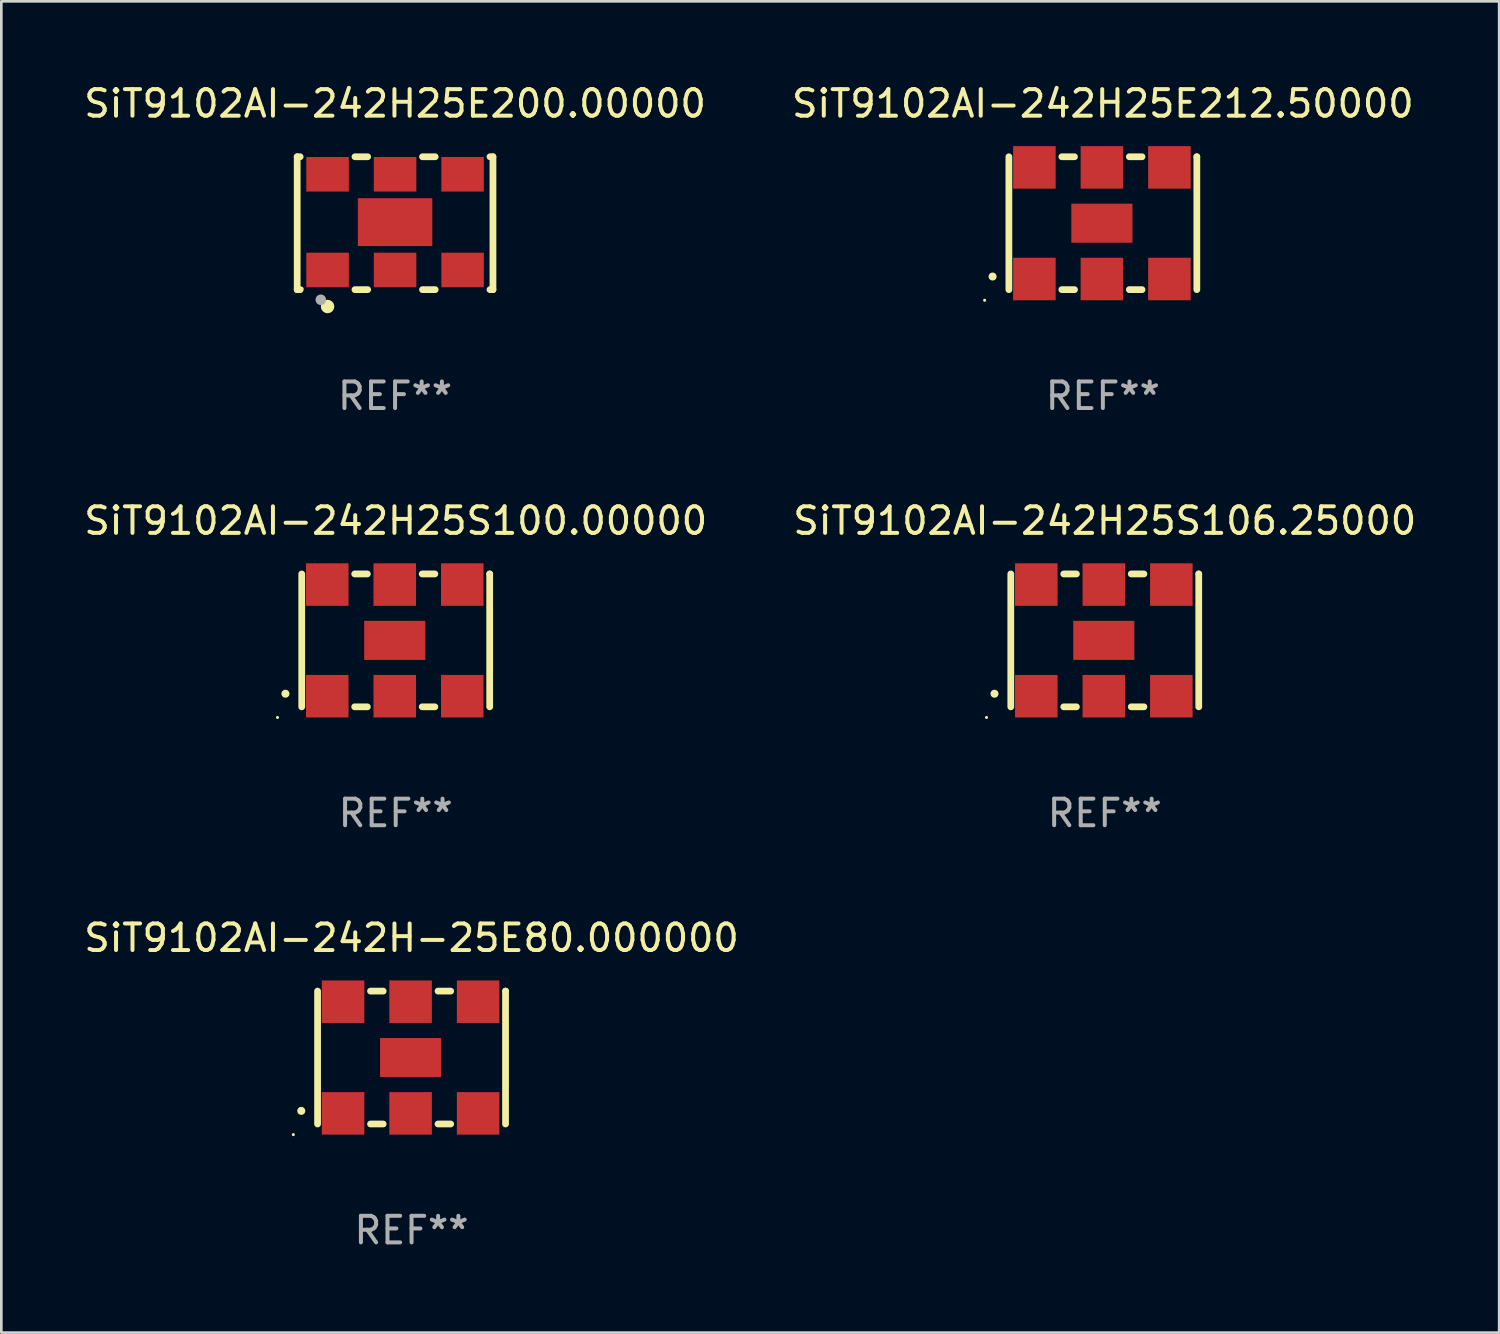
<source format=kicad_pcb>
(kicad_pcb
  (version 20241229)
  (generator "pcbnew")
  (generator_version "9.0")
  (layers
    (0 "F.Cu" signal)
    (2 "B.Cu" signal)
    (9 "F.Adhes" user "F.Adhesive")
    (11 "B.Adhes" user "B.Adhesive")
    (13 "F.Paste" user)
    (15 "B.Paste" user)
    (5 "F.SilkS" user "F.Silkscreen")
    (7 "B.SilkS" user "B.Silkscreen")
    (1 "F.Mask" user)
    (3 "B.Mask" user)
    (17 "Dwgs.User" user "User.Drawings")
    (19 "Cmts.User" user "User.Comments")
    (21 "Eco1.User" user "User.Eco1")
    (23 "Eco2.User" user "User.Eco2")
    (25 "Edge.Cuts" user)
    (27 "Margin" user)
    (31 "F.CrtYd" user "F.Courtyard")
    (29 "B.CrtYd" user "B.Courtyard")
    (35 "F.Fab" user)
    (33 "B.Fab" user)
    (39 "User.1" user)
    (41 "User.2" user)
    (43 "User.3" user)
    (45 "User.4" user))
  (footprint "SiT9102AI-242H-25E80.000000"
    (layer "F.Cu")
    (at 12.435 36.741)
    (property "Reference" "SiT9102AI-242H-25E80.000000" (at 0 -4.5 0) (layer "F.SilkS") (effects (font (size 1 1) (thickness 0.15))))
    (attr through_hole)
    (fp_line (start -3.536 -2.5) (end -3.536 2.5) (stroke (width 0.254) (type solid)) (layer "F.SilkS"))
    (fp_line (start -1.544 2.5) (end -1.067 2.5) (stroke (width 0.254) (type solid)) (layer "F.SilkS"))
    (fp_line (start -1.067 -2.5) (end -1.544 -2.5) (stroke (width 0.254) (type solid)) (layer "F.SilkS"))
    (fp_line (start 0.996 2.5) (end 1.473 2.5) (stroke (width 0.254) (type solid)) (layer "F.SilkS"))
    (fp_line (start 1.473 -2.5) (end 0.996 -2.5) (stroke (width 0.254) (type solid)) (layer "F.SilkS"))
    (fp_line (start 3.536 -2.5) (end 3.536 -2.5) (stroke (width 0.254) (type solid)) (layer "F.SilkS"))
    (fp_line (start 3.536 2.5) (end 3.536 -2.5) (stroke (width 0.254) (type solid)) (layer "F.SilkS"))
    (fp_arc (start -4.150432 2.006604) (mid -4.149162 2.006599) (end -4.147892 2.006604) (stroke (width 0.3) (type solid)) (layer "F.SilkS"))
    (fp_circle (center -4.449 2.9) (end -4.419 2.9) (stroke (width 0.06) (type solid)) (fill no) (layer "F.SilkS"))
    (fp_text user "REF**" (at 0 6.5 0) (layer "F.Fab") (effects (font (size 1 1) (thickness 0.15))))
    (pad "1" smd rect (at -2.576 2.1) (size 1.6 1.6) (layers "F.Cu" "F.Mask" "F.Paste"))
    (pad "2" smd rect (at -0.036 2.1) (size 1.6 1.6) (layers "F.Cu" "F.Mask" "F.Paste"))
    (pad "3" smd rect (at 2.504 2.1) (size 1.6 1.6) (layers "F.Cu" "F.Mask" "F.Paste"))
    (pad "4" smd rect (at 2.504 -2.1) (size 1.6 1.6) (layers "F.Cu" "F.Mask" "F.Paste"))
    (pad "5" smd rect (at -0.036 -2.1) (size 1.6 1.6) (layers "F.Cu" "F.Mask" "F.Paste"))
    (pad "6" smd rect (at -2.576 -2.1) (size 1.6 1.6) (layers "F.Cu" "F.Mask" "F.Paste"))
    (pad "7" smd rect (at -0.036 0) (size 2.3 1.47) (layers "F.Cu" "F.Mask" "F.Paste")))
  (footprint "SiT9102AI-242H25S100.00000"
    (layer "F.Cu")
    (at 11.839 21.045)
    (property "Reference" "SiT9102AI-242H25S100.00000" (at 0 -4.5 0) (layer "F.SilkS") (effects (font (size 1 1) (thickness 0.15))))
    (attr through_hole)
    (fp_line (start -3.536 -2.5) (end -3.536 2.5) (stroke (width 0.254) (type solid)) (layer "F.SilkS"))
    (fp_line (start -1.544 2.5) (end -1.067 2.5) (stroke (width 0.254) (type solid)) (layer "F.SilkS"))
    (fp_line (start -1.067 -2.5) (end -1.544 -2.5) (stroke (width 0.254) (type solid)) (layer "F.SilkS"))
    (fp_line (start 0.996 2.5) (end 1.473 2.5) (stroke (width 0.254) (type solid)) (layer "F.SilkS"))
    (fp_line (start 1.473 -2.5) (end 0.996 -2.5) (stroke (width 0.254) (type solid)) (layer "F.SilkS"))
    (fp_line (start 3.536 -2.5) (end 3.536 -2.5) (stroke (width 0.254) (type solid)) (layer "F.SilkS"))
    (fp_line (start 3.536 2.5) (end 3.536 -2.5) (stroke (width 0.254) (type solid)) (layer "F.SilkS"))
    (fp_arc (start -4.150432 2.006604) (mid -4.149162 2.006599) (end -4.147892 2.006604) (stroke (width 0.3) (type solid)) (layer "F.SilkS"))
    (fp_circle (center -4.449 2.9) (end -4.419 2.9) (stroke (width 0.06) (type solid)) (fill no) (layer "F.SilkS"))
    (fp_text user "REF**" (at 0 6.5 0) (layer "F.Fab") (effects (font (size 1 1) (thickness 0.15))))
    (pad "1" smd rect (at -2.576 2.1) (size 1.6 1.6) (layers "F.Cu" "F.Mask" "F.Paste"))
    (pad "2" smd rect (at -0.036 2.1) (size 1.6 1.6) (layers "F.Cu" "F.Mask" "F.Paste"))
    (pad "3" smd rect (at 2.504 2.1) (size 1.6 1.6) (layers "F.Cu" "F.Mask" "F.Paste"))
    (pad "4" smd rect (at 2.504 -2.1) (size 1.6 1.6) (layers "F.Cu" "F.Mask" "F.Paste"))
    (pad "5" smd rect (at -0.036 -2.1) (size 1.6 1.6) (layers "F.Cu" "F.Mask" "F.Paste"))
    (pad "6" smd rect (at -2.576 -2.1) (size 1.6 1.6) (layers "F.Cu" "F.Mask" "F.Paste"))
    (pad "7" smd rect (at -0.036 0) (size 2.3 1.47) (layers "F.Cu" "F.Mask" "F.Paste")))
  (footprint "SiT9102AI-242H25E200.00000"
    (layer "F.Cu")
    (at 11.815 5.348)
    (property "Reference" "SiT9102AI-242H25E200.00000" (at 0 -4.5 0) (layer "F.SilkS") (effects (font (size 1 1) (thickness 0.15))))
    (attr through_hole)
    (fp_line (start -3.683 -2.5) (end -3.571 -2.5) (stroke (width 0.254) (type solid)) (layer "F.SilkS"))
    (fp_line (start -3.683 2.5) (end -3.683 -2.5) (stroke (width 0.254) (type solid)) (layer "F.SilkS"))
    (fp_line (start -3.683 2.5) (end -3.571 2.5) (stroke (width 0.254) (type solid)) (layer "F.SilkS"))
    (fp_line (start -1.509 -2.5) (end -1.031 -2.5) (stroke (width 0.254) (type solid)) (layer "F.SilkS"))
    (fp_line (start -1.509 2.5) (end -1.031 2.5) (stroke (width 0.254) (type solid)) (layer "F.SilkS"))
    (fp_line (start 1.031 -2.5) (end 1.509 -2.5) (stroke (width 0.254) (type solid)) (layer "F.SilkS"))
    (fp_line (start 1.031 2.5) (end 1.509 2.5) (stroke (width 0.254) (type solid)) (layer "F.SilkS"))
    (fp_line (start 3.571 -2.5) (end 3.683 -2.5) (stroke (width 0.254) (type solid)) (layer "F.SilkS"))
    (fp_line (start 3.571 2.5) (end 3.683 2.5) (stroke (width 0.254) (type solid)) (layer "F.SilkS"))
    (fp_line (start 3.683 2.5) (end 3.683 -2.5) (stroke (width 0.254) (type solid)) (layer "F.SilkS"))
    (fp_circle (center -3.5 2.46) (end -3.47 2.46) (stroke (width 0.06) (type solid)) (fill no) (layer "F.SilkS"))
    (fp_circle (center -2.54 3.135) (end -2.413 3.135) (stroke (width 0.254) (type solid)) (fill no) (layer "F.SilkS"))
    (fp_circle (center -2.794 2.881) (end -2.694 2.881) (stroke (width 0.2) (type solid)) (fill no) (layer "F.Fab"))
    (fp_text user "REF**" (at 0 6.5 0) (layer "F.Fab") (effects (font (size 1 1) (thickness 0.15))))
    (pad "1" smd rect (at -2.54 1.76) (size 1.6 1.3) (layers "F.Cu" "F.Mask" "F.Paste"))
    (pad "2" smd rect (at 0 1.76) (size 1.6 1.3) (layers "F.Cu" "F.Mask" "F.Paste"))
    (pad "3" smd rect (at 2.54 1.76) (size 1.6 1.3) (layers "F.Cu" "F.Mask" "F.Paste"))
    (pad "4" smd rect (at 2.54 -1.84) (size 1.6 1.3) (layers "F.Cu" "F.Mask" "F.Paste"))
    (pad "5" smd rect (at 0 -1.84) (size 1.6 1.3) (layers "F.Cu" "F.Mask" "F.Paste"))
    (pad "6" smd rect (at -2.54 -1.84) (size 1.6 1.3) (layers "F.Cu" "F.Mask" "F.Paste"))
    (pad "7" smd rect (at 0 -0.04) (size 2.8 1.8) (layers "F.Cu" "F.Mask" "F.Paste")))
  (footprint "SiT9102AI-242H25E212.50000"
    (layer "F.Cu")
    (at 38.446 5.348)
    (property "Reference" "SiT9102AI-242H25E212.50000" (at 0 -4.5 0) (layer "F.SilkS") (effects (font (size 1 1) (thickness 0.15))))
    (attr through_hole)
    (fp_line (start -3.536 -2.5) (end -3.536 2.5) (stroke (width 0.254) (type solid)) (layer "F.SilkS"))
    (fp_line (start -1.544 2.5) (end -1.067 2.5) (stroke (width 0.254) (type solid)) (layer "F.SilkS"))
    (fp_line (start -1.067 -2.5) (end -1.544 -2.5) (stroke (width 0.254) (type solid)) (layer "F.SilkS"))
    (fp_line (start 0.996 2.5) (end 1.473 2.5) (stroke (width 0.254) (type solid)) (layer "F.SilkS"))
    (fp_line (start 1.473 -2.5) (end 0.996 -2.5) (stroke (width 0.254) (type solid)) (layer "F.SilkS"))
    (fp_line (start 3.536 -2.5) (end 3.536 -2.5) (stroke (width 0.254) (type solid)) (layer "F.SilkS"))
    (fp_line (start 3.536 2.5) (end 3.536 -2.5) (stroke (width 0.254) (type solid)) (layer "F.SilkS"))
    (fp_arc (start -4.150432 2.006604) (mid -4.149162 2.006599) (end -4.147892 2.006604) (stroke (width 0.3) (type solid)) (layer "F.SilkS"))
    (fp_circle (center -4.449 2.9) (end -4.419 2.9) (stroke (width 0.06) (type solid)) (fill no) (layer "F.SilkS"))
    (fp_text user "REF**" (at 0 6.5 0) (layer "F.Fab") (effects (font (size 1 1) (thickness 0.15))))
    (pad "1" smd rect (at -2.576 2.1) (size 1.6 1.6) (layers "F.Cu" "F.Mask" "F.Paste"))
    (pad "2" smd rect (at -0.036 2.1) (size 1.6 1.6) (layers "F.Cu" "F.Mask" "F.Paste"))
    (pad "3" smd rect (at 2.504 2.1) (size 1.6 1.6) (layers "F.Cu" "F.Mask" "F.Paste"))
    (pad "4" smd rect (at 2.504 -2.1) (size 1.6 1.6) (layers "F.Cu" "F.Mask" "F.Paste"))
    (pad "5" smd rect (at -0.036 -2.1) (size 1.6 1.6) (layers "F.Cu" "F.Mask" "F.Paste"))
    (pad "6" smd rect (at -2.576 -2.1) (size 1.6 1.6) (layers "F.Cu" "F.Mask" "F.Paste"))
    (pad "7" smd rect (at -0.036 0) (size 2.3 1.47) (layers "F.Cu" "F.Mask" "F.Paste")))
  (footprint "SiT9102AI-242H25S106.25000"
    (layer "F.Cu")
    (at 38.518 21.045)
    (property "Reference" "SiT9102AI-242H25S106.25000" (at 0 -4.5 0) (layer "F.SilkS") (effects (font (size 1 1) (thickness 0.15))))
    (attr through_hole)
    (fp_line (start -3.536 -2.5) (end -3.536 2.5) (stroke (width 0.254) (type solid)) (layer "F.SilkS"))
    (fp_line (start -1.544 2.5) (end -1.067 2.5) (stroke (width 0.254) (type solid)) (layer "F.SilkS"))
    (fp_line (start -1.067 -2.5) (end -1.544 -2.5) (stroke (width 0.254) (type solid)) (layer "F.SilkS"))
    (fp_line (start 0.996 2.5) (end 1.473 2.5) (stroke (width 0.254) (type solid)) (layer "F.SilkS"))
    (fp_line (start 1.473 -2.5) (end 0.996 -2.5) (stroke (width 0.254) (type solid)) (layer "F.SilkS"))
    (fp_line (start 3.536 -2.5) (end 3.536 -2.5) (stroke (width 0.254) (type solid)) (layer "F.SilkS"))
    (fp_line (start 3.536 2.5) (end 3.536 -2.5) (stroke (width 0.254) (type solid)) (layer "F.SilkS"))
    (fp_arc (start -4.150432 2.006604) (mid -4.149162 2.006599) (end -4.147892 2.006604) (stroke (width 0.3) (type solid)) (layer "F.SilkS"))
    (fp_circle (center -4.449 2.9) (end -4.419 2.9) (stroke (width 0.06) (type solid)) (fill no) (layer "F.SilkS"))
    (fp_text user "REF**" (at 0 6.5 0) (layer "F.Fab") (effects (font (size 1 1) (thickness 0.15))))
    (pad "1" smd rect (at -2.576 2.1) (size 1.6 1.6) (layers "F.Cu" "F.Mask" "F.Paste"))
    (pad "2" smd rect (at -0.036 2.1) (size 1.6 1.6) (layers "F.Cu" "F.Mask" "F.Paste"))
    (pad "3" smd rect (at 2.504 2.1) (size 1.6 1.6) (layers "F.Cu" "F.Mask" "F.Paste"))
    (pad "4" smd rect (at 2.504 -2.1) (size 1.6 1.6) (layers "F.Cu" "F.Mask" "F.Paste"))
    (pad "5" smd rect (at -0.036 -2.1) (size 1.6 1.6) (layers "F.Cu" "F.Mask" "F.Paste"))
    (pad "6" smd rect (at -2.576 -2.1) (size 1.6 1.6) (layers "F.Cu" "F.Mask" "F.Paste"))
    (pad "7" smd rect (at -0.036 0) (size 2.3 1.47) (layers "F.Cu" "F.Mask" "F.Paste")))
  (gr_rect
    (start -3 -3)
    (end 53.357 47.09)
    (stroke (width 0.1) (type default))
    (fill no)
    (layer "Edge.Cuts")))
</source>
